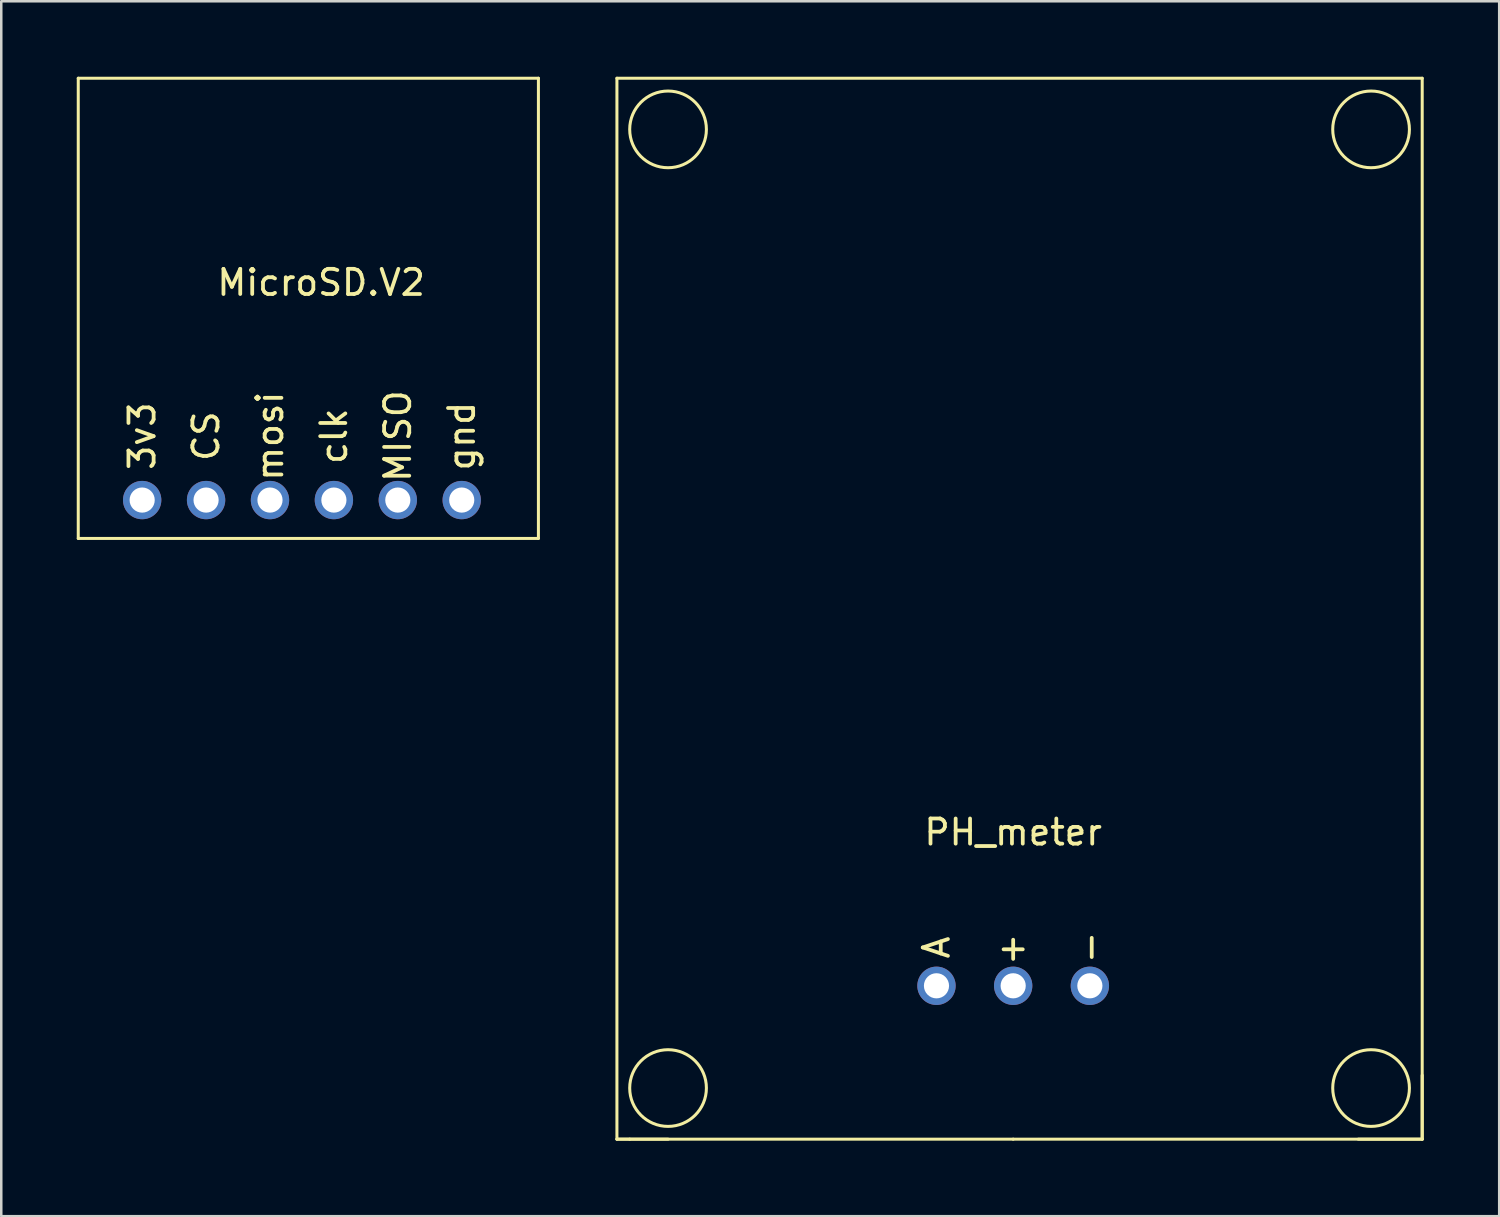
<source format=kicad_pcb>
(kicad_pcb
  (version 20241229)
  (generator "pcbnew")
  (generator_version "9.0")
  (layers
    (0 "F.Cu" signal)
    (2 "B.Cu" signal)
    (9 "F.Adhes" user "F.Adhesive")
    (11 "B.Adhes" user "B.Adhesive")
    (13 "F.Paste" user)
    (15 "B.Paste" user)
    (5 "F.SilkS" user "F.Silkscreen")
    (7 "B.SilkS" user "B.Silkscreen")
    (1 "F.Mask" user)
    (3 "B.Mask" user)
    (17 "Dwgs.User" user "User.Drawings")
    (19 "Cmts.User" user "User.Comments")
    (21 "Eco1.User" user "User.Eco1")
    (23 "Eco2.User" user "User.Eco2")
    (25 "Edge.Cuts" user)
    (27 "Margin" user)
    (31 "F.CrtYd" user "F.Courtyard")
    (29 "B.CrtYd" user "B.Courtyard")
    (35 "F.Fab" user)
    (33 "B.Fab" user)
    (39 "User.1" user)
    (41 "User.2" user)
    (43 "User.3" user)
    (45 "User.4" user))
  (footprint "PH_meter"
    (layer "F.Cu")
    (at 37.216 37.144)
    (property "Reference" "PH_meter" (at 0 -7.12 0) (layer "F.SilkS") (effects (font (size 1 1) (thickness 0.15))))
    (attr through_hole)
    (fp_line (start -15.748 -37.084) (end -15.748 5.08) (stroke (width 0.12) (type solid)) (layer "F.SilkS"))
    (fp_line (start -15.748 5.08) (end -15.24 5.08) (stroke (width 0.12) (type solid)) (layer "F.SilkS"))
    (fp_line (start -15.748 5.08) (end -13.716 5.08) (stroke (width 0.12) (type solid)) (layer "F.SilkS"))
    (fp_line (start -15.24 5.08) (end 0 5.08) (stroke (width 0.12) (type solid)) (layer "F.SilkS"))
    (fp_line (start 0 5.08) (end 16.256 5.08) (stroke (width 0.12) (type solid)) (layer "F.SilkS"))
    (fp_line (start 16.256 -37.084) (end -15.748 -37.084) (stroke (width 0.12) (type solid)) (layer "F.SilkS"))
    (fp_line (start 16.256 5.08) (end 13.716 5.08) (stroke (width 0.12) (type solid)) (layer "F.SilkS"))
    (fp_line (start 16.256 5.08) (end 16.256 -37.084) (stroke (width 0.12) (type solid)) (layer "F.SilkS"))
    (fp_line (start 16.256 5.08) (end 16.256 2.54) (stroke (width 0.12) (type solid)) (layer "F.SilkS"))
    (fp_circle (center -13.716 -35.052) (end -13.716 -36.576) (stroke (width 0.12) (type solid)) (fill no) (layer "F.SilkS"))
    (fp_circle (center -13.716 3.048) (end -15.24 3.048) (stroke (width 0.12) (type solid)) (fill no) (layer "F.SilkS"))
    (fp_circle (center 14.224 -35.052) (end 14.224 -36.576) (stroke (width 0.12) (type solid)) (fill no) (layer "F.SilkS"))
    (fp_circle (center 14.224 3.048) (end 12.7 3.048) (stroke (width 0.12) (type solid)) (fill no) (layer "F.SilkS"))
    (fp_text user "A" (at -3.048 -2.54 90) (layer "F.SilkS") (effects (font (size 1 1) (thickness 0.15))))
    (fp_text user "-" (at 3.048 -2.54 90) (layer "F.SilkS") (effects (font (size 1 1) (thickness 0.15))))
    (fp_text user "+" (at 0 -2.54 0) (layer "F.SilkS") (effects (font (size 1 1) (thickness 0.15))))
    (pad "1" thru_hole circle (at -3.048 -1.016) (size 1.524 1.524) (drill 1) (layers "*.Cu" "*.Mask"))
    (pad "2" thru_hole circle (at 0 -1.016) (size 1.524 1.524) (drill 1) (layers "*.Cu" "*.Mask"))
    (pad "3" thru_hole circle (at 3.048 -1.016) (size 1.524 1.524) (drill 1) (layers "*.Cu" "*.Mask")))
  (footprint "MicroSD.V2"
    (layer "F.Cu")
    (at 10.22 14.284)
    (property "Reference" "MicroSD.V2" (at -0.508 -6.104 0) (layer "F.SilkS") (effects (font (size 1 1) (thickness 0.15))))
    (attr through_hole)
    (fp_line (start -10.16 -14.224) (end -10.16 4.064) (stroke (width 0.12) (type solid)) (layer "F.SilkS"))
    (fp_line (start -10.16 -14.224) (end 8.128 -14.224) (stroke (width 0.12) (type solid)) (layer "F.SilkS"))
    (fp_line (start 8.128 -14.224) (end 8.128 4.064) (stroke (width 0.12) (type solid)) (layer "F.SilkS"))
    (fp_line (start 8.128 4.064) (end -10.16 4.064) (stroke (width 0.12) (type solid)) (layer "F.SilkS"))
    (fp_text user "MISO" (at 2.54 0 90) (layer "F.SilkS") (effects (font (size 1 1) (thickness 0.15))))
    (fp_text user "mosi" (at -2.54 0 90) (layer "F.SilkS") (effects (font (size 1 1) (thickness 0.15))))
    (fp_text user "clk" (at 0 0 90) (layer "F.SilkS") (effects (font (size 1 1) (thickness 0.15))))
    (fp_text user "3v3" (at -7.62 0 90) (layer "F.SilkS") (effects (font (size 1 1) (thickness 0.15))))
    (fp_text user "gnd" (at 5.08 0 90) (layer "F.SilkS") (effects (font (size 1 1) (thickness 0.15))))
    (fp_text user "CS" (at -5.08 0 90) (layer "F.SilkS") (effects (font (size 1 1) (thickness 0.15))))
    (pad "1" thru_hole circle (at -7.62 2.54) (size 1.524 1.524) (drill 1) (layers "*.Cu" "*.Mask"))
    (pad "2" thru_hole circle (at -5.08 2.54) (size 1.524 1.524) (drill 1) (layers "*.Cu" "*.Mask"))
    (pad "3" thru_hole circle (at -2.54 2.54) (size 1.524 1.524) (drill 1) (layers "*.Cu" "*.Mask"))
    (pad "4" thru_hole circle (at 0 2.54) (size 1.524 1.524) (drill 1) (layers "*.Cu" "*.Mask"))
    (pad "5" thru_hole circle (at 2.54 2.54) (size 1.524 1.524) (drill 1) (layers "*.Cu" "*.Mask"))
    (pad "6" thru_hole circle (at 5.08 2.54) (size 1.524 1.524) (drill 1) (layers "*.Cu" "*.Mask")))
  (gr_rect
    (start -3 -3)
    (end 56.532 45.284)
    (stroke (width 0.1) (type default))
    (fill no)
    (layer "Edge.Cuts")))
</source>
